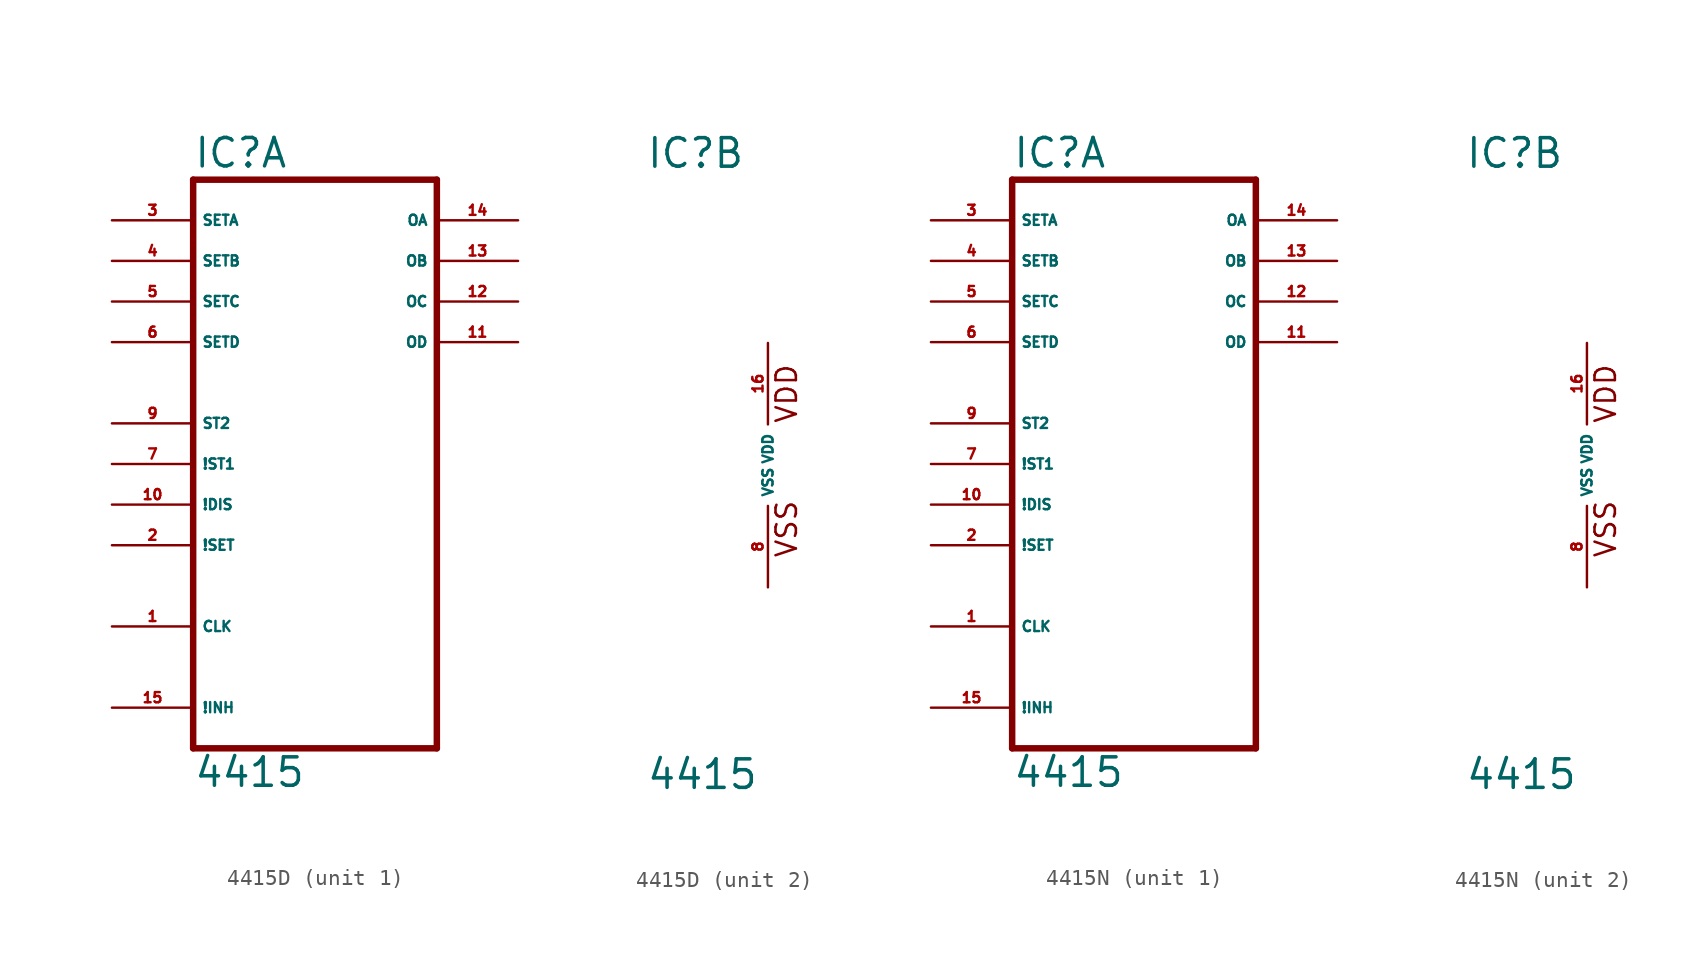
<source format=kicad_sym>
(kicad_symbol_lib
  (version 20220914)
  (generator Eagle2Kicad)
  (symbol "4415D"
    (property "Reference" "IC"
      (at -7.62 18.415 0)
      (effects (font (size 1.778 1.778) (thickness 0.22)) (justify left bottom)))
    (property "Value" "4415"
      (at -7.62 -20.32 0)
      (effects (font (size 1.778 1.778) (thickness 0.22)) (justify left bottom)))
    (symbol "4415D_1_0"
      (polyline (pts (xy -7.62 -17.78) (xy 7.62 -17.78)) (stroke (width 0.406) (type default)) (fill (type none)))
      (polyline (pts (xy 7.62 -17.78) (xy 7.62 17.78)) (stroke (width 0.406) (type default)) (fill (type none)))
      (polyline (pts (xy 7.62 17.78) (xy -7.62 17.78)) (stroke (width 0.406) (type default)) (fill (type none)))
      (polyline (pts (xy -7.62 17.78) (xy -7.62 -17.78)) (stroke (width 0.406) (type default)) (fill (type none)))
      (pin input line (at -12.7 -10.16 0) (length 5.08) (name "CLK" (effects (font (size 0.635 0.635) (thickness 0.08)) (justify left bottom))) (number "1" (effects (font (size 0.635 0.635) (thickness 0.08)) (justify left bottom))))
      (pin input line (at -12.7 15.24 0) (length 5.08) (name "SETA" (effects (font (size 0.635 0.635) (thickness 0.08)) (justify left bottom))) (number "3" (effects (font (size 0.635 0.635) (thickness 0.08)) (justify left bottom))))
      (pin output line (at 12.7 15.24 180) (length 5.08) (name "OA" (effects (font (size 0.635 0.635) (thickness 0.08)) (justify left bottom))) (number "14" (effects (font (size 0.635 0.635) (thickness 0.08)) (justify left bottom))))
      (pin input line (at -12.7 -15.24 0) (length 5.08) (name "!INH" (effects (font (size 0.635 0.635) (thickness 0.08)) (justify left bottom))) (number "15" (effects (font (size 0.635 0.635) (thickness 0.08)) (justify left bottom))))
      (pin input line (at -12.7 2.54 0) (length 5.08) (name "ST2" (effects (font (size 0.635 0.635) (thickness 0.08)) (justify left bottom))) (number "9" (effects (font (size 0.635 0.635) (thickness 0.08)) (justify left bottom))))
      (pin input line (at -12.7 0 0) (length 5.08) (name "!ST1" (effects (font (size 0.635 0.635) (thickness 0.08)) (justify left bottom))) (number "7" (effects (font (size 0.635 0.635) (thickness 0.08)) (justify left bottom))))
      (pin input line (at -12.7 -2.54 0) (length 5.08) (name "!DIS" (effects (font (size 0.635 0.635) (thickness 0.08)) (justify left bottom))) (number "10" (effects (font (size 0.635 0.635) (thickness 0.08)) (justify left bottom))))
      (pin input line (at -12.7 -5.08 0) (length 5.08) (name "!SET" (effects (font (size 0.635 0.635) (thickness 0.08)) (justify left bottom))) (number "2" (effects (font (size 0.635 0.635) (thickness 0.08)) (justify left bottom))))
      (pin input line (at -12.7 12.7 0) (length 5.08) (name "SETB" (effects (font (size 0.635 0.635) (thickness 0.08)) (justify left bottom))) (number "4" (effects (font (size 0.635 0.635) (thickness 0.08)) (justify left bottom))))
      (pin input line (at -12.7 10.16 0) (length 5.08) (name "SETC" (effects (font (size 0.635 0.635) (thickness 0.08)) (justify left bottom))) (number "5" (effects (font (size 0.635 0.635) (thickness 0.08)) (justify left bottom))))
      (pin input line (at -12.7 7.62 0) (length 5.08) (name "SETD" (effects (font (size 0.635 0.635) (thickness 0.08)) (justify left bottom))) (number "6" (effects (font (size 0.635 0.635) (thickness 0.08)) (justify left bottom))))
      (pin output line (at 12.7 12.7 180) (length 5.08) (name "OB" (effects (font (size 0.635 0.635) (thickness 0.08)) (justify left bottom))) (number "13" (effects (font (size 0.635 0.635) (thickness 0.08)) (justify left bottom))))
      (pin output line (at 12.7 10.16 180) (length 5.08) (name "OC" (effects (font (size 0.635 0.635) (thickness 0.08)) (justify left bottom))) (number "12" (effects (font (size 0.635 0.635) (thickness 0.08)) (justify left bottom))))
      (pin output line (at 12.7 7.62 180) (length 5.08) (name "OD" (effects (font (size 0.635 0.635) (thickness 0.08)) (justify left bottom))) (number "11" (effects (font (size 0.635 0.635) (thickness 0.08)) (justify left bottom)))))
    (symbol "4415D_2_0"
      (text "VDD" (at 1.905 2.54 900) (effects (font (size 1.27 1.27) (thickness 0.16)) (justify left bottom)))
      (text "VSS" (at 1.905 -5.842 900) (effects (font (size 1.27 1.27) (thickness 0.16)) (justify left bottom)))
      (pin unspecified line (at 0 -7.62 90) (length 5.08) (name "VSS" (effects (font (size 0.635 0.635) (thickness 0.08)) (justify left bottom))) (number "8" (effects (font (size 0.635 0.635) (thickness 0.08)) (justify left bottom))))
      (pin unspecified line (at 0 7.62 270) (length 5.08) (name "VDD" (effects (font (size 0.635 0.635) (thickness 0.08)) (justify left bottom))) (number "16" (effects (font (size 0.635 0.635) (thickness 0.08)) (justify left bottom))))))
  (symbol "4415N"
    (property "Reference" "IC"
      (at -7.62 18.415 0)
      (effects (font (size 1.778 1.778) (thickness 0.22)) (justify left bottom)))
    (property "Value" "4415"
      (at -7.62 -20.32 0)
      (effects (font (size 1.778 1.778) (thickness 0.22)) (justify left bottom)))
    (symbol "4415N_1_0"
      (polyline (pts (xy -7.62 -17.78) (xy 7.62 -17.78)) (stroke (width 0.406) (type default)) (fill (type none)))
      (polyline (pts (xy 7.62 -17.78) (xy 7.62 17.78)) (stroke (width 0.406) (type default)) (fill (type none)))
      (polyline (pts (xy 7.62 17.78) (xy -7.62 17.78)) (stroke (width 0.406) (type default)) (fill (type none)))
      (polyline (pts (xy -7.62 17.78) (xy -7.62 -17.78)) (stroke (width 0.406) (type default)) (fill (type none)))
      (pin input line (at -12.7 -10.16 0) (length 5.08) (name "CLK" (effects (font (size 0.635 0.635) (thickness 0.08)) (justify left bottom))) (number "1" (effects (font (size 0.635 0.635) (thickness 0.08)) (justify left bottom))))
      (pin input line (at -12.7 15.24 0) (length 5.08) (name "SETA" (effects (font (size 0.635 0.635) (thickness 0.08)) (justify left bottom))) (number "3" (effects (font (size 0.635 0.635) (thickness 0.08)) (justify left bottom))))
      (pin output line (at 12.7 15.24 180) (length 5.08) (name "OA" (effects (font (size 0.635 0.635) (thickness 0.08)) (justify left bottom))) (number "14" (effects (font (size 0.635 0.635) (thickness 0.08)) (justify left bottom))))
      (pin input line (at -12.7 -15.24 0) (length 5.08) (name "!INH" (effects (font (size 0.635 0.635) (thickness 0.08)) (justify left bottom))) (number "15" (effects (font (size 0.635 0.635) (thickness 0.08)) (justify left bottom))))
      (pin input line (at -12.7 2.54 0) (length 5.08) (name "ST2" (effects (font (size 0.635 0.635) (thickness 0.08)) (justify left bottom))) (number "9" (effects (font (size 0.635 0.635) (thickness 0.08)) (justify left bottom))))
      (pin input line (at -12.7 0 0) (length 5.08) (name "!ST1" (effects (font (size 0.635 0.635) (thickness 0.08)) (justify left bottom))) (number "7" (effects (font (size 0.635 0.635) (thickness 0.08)) (justify left bottom))))
      (pin input line (at -12.7 -2.54 0) (length 5.08) (name "!DIS" (effects (font (size 0.635 0.635) (thickness 0.08)) (justify left bottom))) (number "10" (effects (font (size 0.635 0.635) (thickness 0.08)) (justify left bottom))))
      (pin input line (at -12.7 -5.08 0) (length 5.08) (name "!SET" (effects (font (size 0.635 0.635) (thickness 0.08)) (justify left bottom))) (number "2" (effects (font (size 0.635 0.635) (thickness 0.08)) (justify left bottom))))
      (pin input line (at -12.7 12.7 0) (length 5.08) (name "SETB" (effects (font (size 0.635 0.635) (thickness 0.08)) (justify left bottom))) (number "4" (effects (font (size 0.635 0.635) (thickness 0.08)) (justify left bottom))))
      (pin input line (at -12.7 10.16 0) (length 5.08) (name "SETC" (effects (font (size 0.635 0.635) (thickness 0.08)) (justify left bottom))) (number "5" (effects (font (size 0.635 0.635) (thickness 0.08)) (justify left bottom))))
      (pin input line (at -12.7 7.62 0) (length 5.08) (name "SETD" (effects (font (size 0.635 0.635) (thickness 0.08)) (justify left bottom))) (number "6" (effects (font (size 0.635 0.635) (thickness 0.08)) (justify left bottom))))
      (pin output line (at 12.7 12.7 180) (length 5.08) (name "OB" (effects (font (size 0.635 0.635) (thickness 0.08)) (justify left bottom))) (number "13" (effects (font (size 0.635 0.635) (thickness 0.08)) (justify left bottom))))
      (pin output line (at 12.7 10.16 180) (length 5.08) (name "OC" (effects (font (size 0.635 0.635) (thickness 0.08)) (justify left bottom))) (number "12" (effects (font (size 0.635 0.635) (thickness 0.08)) (justify left bottom))))
      (pin output line (at 12.7 7.62 180) (length 5.08) (name "OD" (effects (font (size 0.635 0.635) (thickness 0.08)) (justify left bottom))) (number "11" (effects (font (size 0.635 0.635) (thickness 0.08)) (justify left bottom)))))
    (symbol "4415N_2_0"
      (text "VDD" (at 1.905 2.54 900) (effects (font (size 1.27 1.27) (thickness 0.16)) (justify left bottom)))
      (text "VSS" (at 1.905 -5.842 900) (effects (font (size 1.27 1.27) (thickness 0.16)) (justify left bottom)))
      (pin unspecified line (at 0 -7.62 90) (length 5.08) (name "VSS" (effects (font (size 0.635 0.635) (thickness 0.08)) (justify left bottom))) (number "8" (effects (font (size 0.635 0.635) (thickness 0.08)) (justify left bottom))))
      (pin unspecified line (at 0 7.62 270) (length 5.08) (name "VDD" (effects (font (size 0.635 0.635) (thickness 0.08)) (justify left bottom))) (number "16" (effects (font (size 0.635 0.635) (thickness 0.08)) (justify left bottom)))))))
</source>
